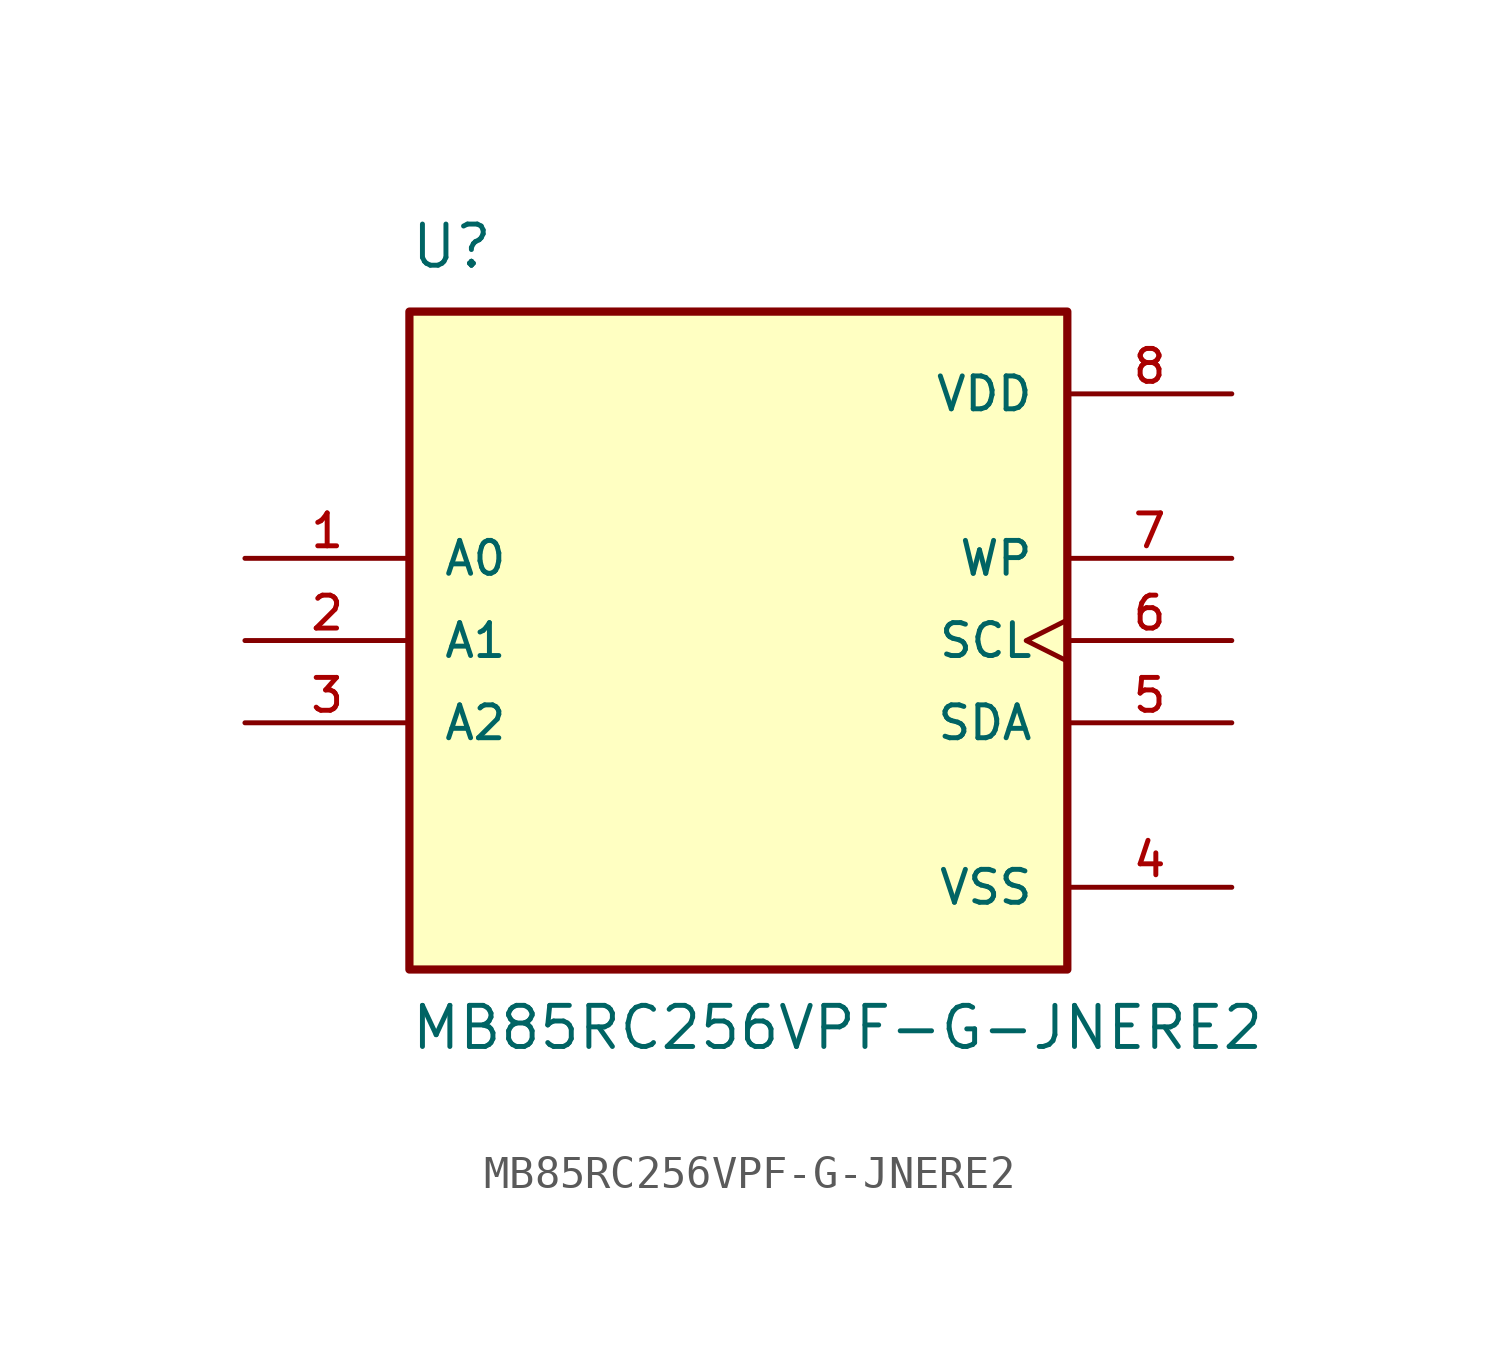
<source format=kicad_sym>
(kicad_symbol_lib
  (version 20211014)
  (generator kicad_symbol_editor)
  (symbol "MB85RC256VPF-G-JNERE2"
    (pin_names
      (offset 1.016))
    (property "Reference" "U"
      (at -10.16 11.43 0)
      (effects (font (size 1.27 1.27)) (justify bottom left)))
    (property "Value" "MB85RC256VPF-G-JNERE2"
      (at -10.16 -12.7 0)
      (effects (font (size 1.27 1.27)) (justify bottom left)))
    (symbol "MB85RC256VPF-G-JNERE2_0_0"
      (rectangle (start -10.16 -10.16) (end 10.16 10.16) (stroke (width 0.254)) (fill (type background)))
      (pin input line (at -15.24 2.54 0) (length 5.08) (name "A0" (effects (font (size 1.016 1.016)))) (number "1" (effects (font (size 1.016 1.016)))))
      (pin input line (at -15.24 0.0 0) (length 5.08) (name "A1" (effects (font (size 1.016 1.016)))) (number "2" (effects (font (size 1.016 1.016)))))
      (pin input line (at -15.24 -2.54 0) (length 5.08) (name "A2" (effects (font (size 1.016 1.016)))) (number "3" (effects (font (size 1.016 1.016)))))
      (pin power_in line (at 15.24 -7.62 180.0) (length 5.08) (name "VSS" (effects (font (size 1.016 1.016)))) (number "4" (effects (font (size 1.016 1.016)))))
      (pin bidirectional line (at 15.24 -2.54 180.0) (length 5.08) (name "SDA" (effects (font (size 1.016 1.016)))) (number "5" (effects (font (size 1.016 1.016)))))
      (pin input clock (at 15.24 0.0 180.0) (length 5.08) (name "SCL" (effects (font (size 1.016 1.016)))) (number "6" (effects (font (size 1.016 1.016)))))
      (pin input line (at 15.24 2.54 180.0) (length 5.08) (name "WP" (effects (font (size 1.016 1.016)))) (number "7" (effects (font (size 1.016 1.016)))))
      (pin power_in line (at 15.24 7.62 180.0) (length 5.08) (name "VDD" (effects (font (size 1.016 1.016)))) (number "8" (effects (font (size 1.016 1.016))))))))
</source>
